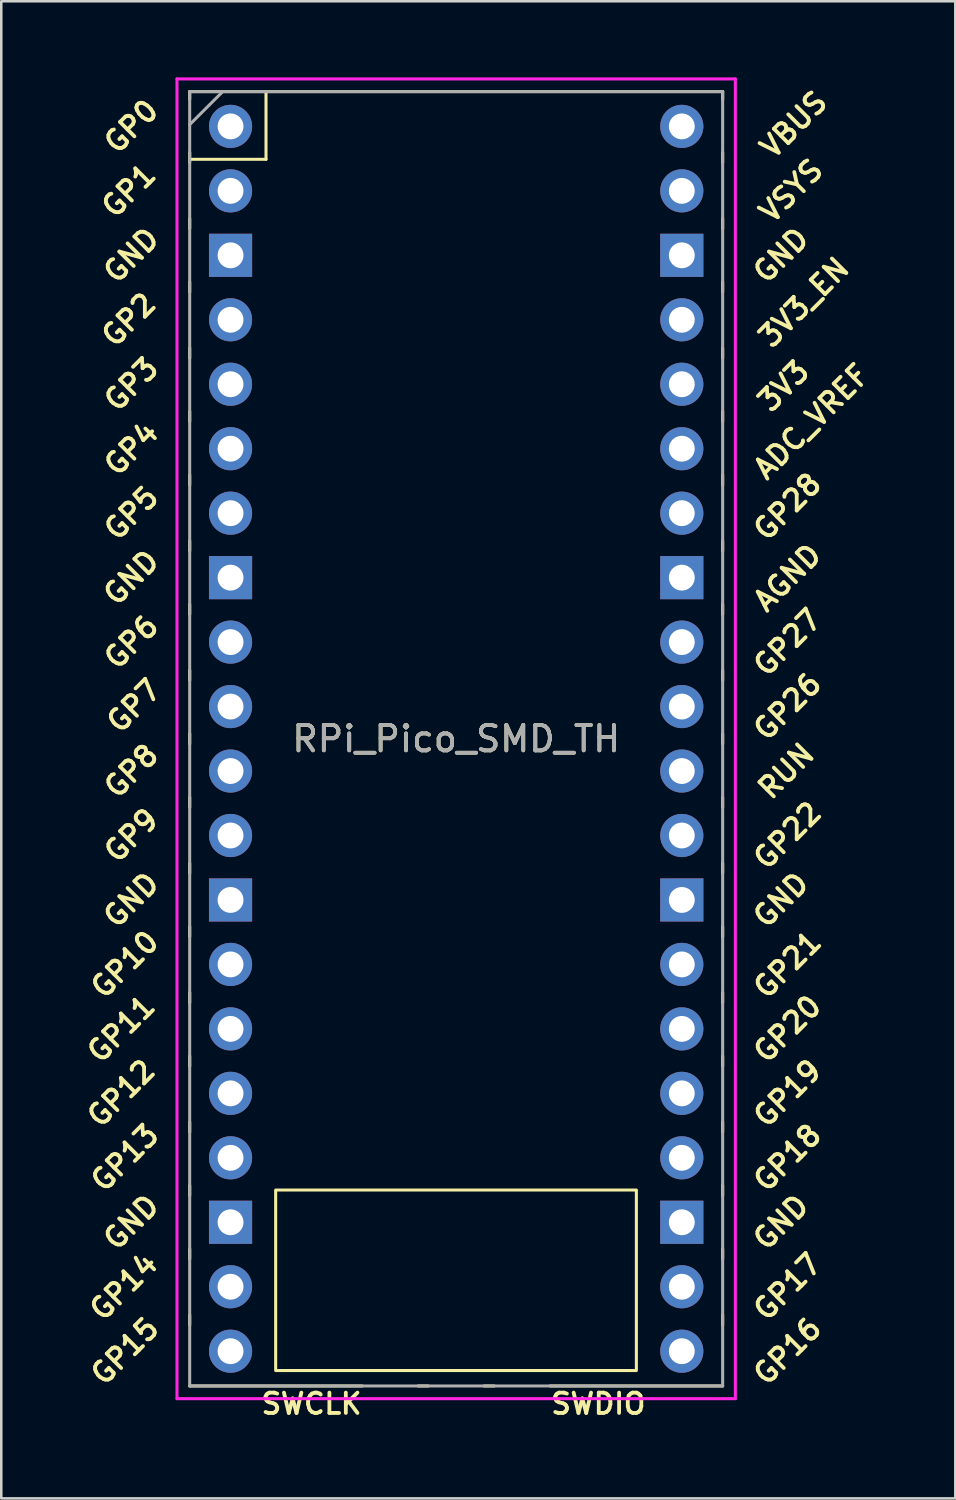
<source format=kicad_pcb>
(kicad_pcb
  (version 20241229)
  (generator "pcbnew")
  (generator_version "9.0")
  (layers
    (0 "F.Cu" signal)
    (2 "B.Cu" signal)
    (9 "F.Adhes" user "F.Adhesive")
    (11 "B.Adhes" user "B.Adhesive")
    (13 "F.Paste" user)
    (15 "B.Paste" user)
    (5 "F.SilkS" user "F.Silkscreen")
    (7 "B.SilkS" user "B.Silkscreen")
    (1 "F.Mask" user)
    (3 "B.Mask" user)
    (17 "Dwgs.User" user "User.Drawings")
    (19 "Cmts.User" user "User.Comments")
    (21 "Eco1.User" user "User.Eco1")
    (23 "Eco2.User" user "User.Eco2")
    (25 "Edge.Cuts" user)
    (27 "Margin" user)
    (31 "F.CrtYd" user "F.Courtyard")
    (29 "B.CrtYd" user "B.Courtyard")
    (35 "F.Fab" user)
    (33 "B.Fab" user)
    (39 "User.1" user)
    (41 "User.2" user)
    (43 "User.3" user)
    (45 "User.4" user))
  (footprint "RPi_Pico_SMD_TH"
    (layer "F.Cu")
    (at 14.924 26.06)
    (property "Reference" "RPi_Pico_SMD_TH" (at 0 0 0) (layer "F.SilkS") (effects (font (size 1 1) (thickness 0.15))))
    (attr through_hole)
    (fp_line (start -10.5 -25.5) (end -10.5 -25.2) (stroke (width 0.12) (type solid)) (layer "F.SilkS"))
    (fp_line (start -10.5 -25.5) (end 10.5 -25.5) (stroke (width 0.12) (type solid)) (layer "F.SilkS"))
    (fp_line (start -10.5 -23.1) (end -10.5 -22.7) (stroke (width 0.12) (type solid)) (layer "F.SilkS"))
    (fp_line (start -10.5 -22.833) (end -7.493 -22.833) (stroke (width 0.12) (type solid)) (layer "F.SilkS"))
    (fp_line (start -10.5 -20.5) (end -10.5 -20.1) (stroke (width 0.12) (type solid)) (layer "F.SilkS"))
    (fp_line (start -10.5 -18) (end -10.5 -17.6) (stroke (width 0.12) (type solid)) (layer "F.SilkS"))
    (fp_line (start -10.5 -15.4) (end -10.5 -15) (stroke (width 0.12) (type solid)) (layer "F.SilkS"))
    (fp_line (start -10.5 -12.9) (end -10.5 -12.5) (stroke (width 0.12) (type solid)) (layer "F.SilkS"))
    (fp_line (start -10.5 -10.4) (end -10.5 -10) (stroke (width 0.12) (type solid)) (layer "F.SilkS"))
    (fp_line (start -10.5 -7.8) (end -10.5 -7.4) (stroke (width 0.12) (type solid)) (layer "F.SilkS"))
    (fp_line (start -10.5 -5.3) (end -10.5 -4.9) (stroke (width 0.12) (type solid)) (layer "F.SilkS"))
    (fp_line (start -10.5 -2.7) (end -10.5 -2.3) (stroke (width 0.12) (type solid)) (layer "F.SilkS"))
    (fp_line (start -10.5 -0.2) (end -10.5 0.2) (stroke (width 0.12) (type solid)) (layer "F.SilkS"))
    (fp_line (start -10.5 2.3) (end -10.5 2.7) (stroke (width 0.12) (type solid)) (layer "F.SilkS"))
    (fp_line (start -10.5 4.9) (end -10.5 5.3) (stroke (width 0.12) (type solid)) (layer "F.SilkS"))
    (fp_line (start -10.5 7.4) (end -10.5 7.8) (stroke (width 0.12) (type solid)) (layer "F.SilkS"))
    (fp_line (start -10.5 10) (end -10.5 10.4) (stroke (width 0.12) (type solid)) (layer "F.SilkS"))
    (fp_line (start -10.5 12.5) (end -10.5 12.9) (stroke (width 0.12) (type solid)) (layer "F.SilkS"))
    (fp_line (start -10.5 15.1) (end -10.5 15.5) (stroke (width 0.12) (type solid)) (layer "F.SilkS"))
    (fp_line (start -10.5 17.6) (end -10.5 18) (stroke (width 0.12) (type solid)) (layer "F.SilkS"))
    (fp_line (start -10.5 20.1) (end -10.5 20.5) (stroke (width 0.12) (type solid)) (layer "F.SilkS"))
    (fp_line (start -10.5 22.7) (end -10.5 23.1) (stroke (width 0.12) (type solid)) (layer "F.SilkS"))
    (fp_line (start -7.493 -22.833) (end -7.493 -25.5) (stroke (width 0.12) (type solid)) (layer "F.SilkS"))
    (fp_line (start -3.7 25.5) (end -10.5 25.5) (stroke (width 0.12) (type solid)) (layer "F.SilkS"))
    (fp_line (start -1.5 25.5) (end -1.1 25.5) (stroke (width 0.12) (type solid)) (layer "F.SilkS"))
    (fp_line (start 1.1 25.5) (end 1.5 25.5) (stroke (width 0.12) (type solid)) (layer "F.SilkS"))
    (fp_line (start 10.5 -25.5) (end 10.5 -25.2) (stroke (width 0.12) (type solid)) (layer "F.SilkS"))
    (fp_line (start 10.5 -23.1) (end 10.5 -22.7) (stroke (width 0.12) (type solid)) (layer "F.SilkS"))
    (fp_line (start 10.5 -20.5) (end 10.5 -20.1) (stroke (width 0.12) (type solid)) (layer "F.SilkS"))
    (fp_line (start 10.5 -18) (end 10.5 -17.6) (stroke (width 0.12) (type solid)) (layer "F.SilkS"))
    (fp_line (start 10.5 -15.4) (end 10.5 -15) (stroke (width 0.12) (type solid)) (layer "F.SilkS"))
    (fp_line (start 10.5 -12.9) (end 10.5 -12.5) (stroke (width 0.12) (type solid)) (layer "F.SilkS"))
    (fp_line (start 10.5 -10.4) (end 10.5 -10) (stroke (width 0.12) (type solid)) (layer "F.SilkS"))
    (fp_line (start 10.5 -7.8) (end 10.5 -7.4) (stroke (width 0.12) (type solid)) (layer "F.SilkS"))
    (fp_line (start 10.5 -5.3) (end 10.5 -4.9) (stroke (width 0.12) (type solid)) (layer "F.SilkS"))
    (fp_line (start 10.5 -2.7) (end 10.5 -2.3) (stroke (width 0.12) (type solid)) (layer "F.SilkS"))
    (fp_line (start 10.5 -0.2) (end 10.5 0.2) (stroke (width 0.12) (type solid)) (layer "F.SilkS"))
    (fp_line (start 10.5 2.3) (end 10.5 2.7) (stroke (width 0.12) (type solid)) (layer "F.SilkS"))
    (fp_line (start 10.5 4.9) (end 10.5 5.3) (stroke (width 0.12) (type solid)) (layer "F.SilkS"))
    (fp_line (start 10.5 7.4) (end 10.5 7.8) (stroke (width 0.12) (type solid)) (layer "F.SilkS"))
    (fp_line (start 10.5 10) (end 10.5 10.4) (stroke (width 0.12) (type solid)) (layer "F.SilkS"))
    (fp_line (start 10.5 12.5) (end 10.5 12.9) (stroke (width 0.12) (type solid)) (layer "F.SilkS"))
    (fp_line (start 10.5 15.1) (end 10.5 15.5) (stroke (width 0.12) (type solid)) (layer "F.SilkS"))
    (fp_line (start 10.5 17.6) (end 10.5 18) (stroke (width 0.12) (type solid)) (layer "F.SilkS"))
    (fp_line (start 10.5 20.1) (end 10.5 20.5) (stroke (width 0.12) (type solid)) (layer "F.SilkS"))
    (fp_line (start 10.5 22.7) (end 10.5 23.1) (stroke (width 0.12) (type solid)) (layer "F.SilkS"))
    (fp_line (start 10.5 25.5) (end 3.7 25.5) (stroke (width 0.12) (type solid)) (layer "F.SilkS"))
    (fp_rect (start -7.112 17.78) (end 7.1 24.892) (stroke (width 0.12) (type solid)) (fill no) (layer "F.SilkS"))
    (fp_line (start -11 -26) (end 11 -26) (stroke (width 0.12) (type solid)) (layer "F.CrtYd"))
    (fp_line (start -11 26) (end -11 -26) (stroke (width 0.12) (type solid)) (layer "F.CrtYd"))
    (fp_line (start 11 -26) (end 11 26) (stroke (width 0.12) (type solid)) (layer "F.CrtYd"))
    (fp_line (start 11 26) (end -11 26) (stroke (width 0.12) (type solid)) (layer "F.CrtYd"))
    (fp_line (start -10.5 -25.5) (end 10.5 -25.5) (stroke (width 0.12) (type solid)) (layer "F.Fab"))
    (fp_line (start -10.5 -24.2) (end -9.2 -25.5) (stroke (width 0.12) (type solid)) (layer "F.Fab"))
    (fp_line (start -10.5 25.5) (end -10.5 -25.5) (stroke (width 0.12) (type solid)) (layer "F.Fab"))
    (fp_line (start 10.5 -25.5) (end 10.5 25.5) (stroke (width 0.12) (type solid)) (layer "F.Fab"))
    (fp_line (start 10.5 25.5) (end -10.5 25.5) (stroke (width 0.12) (type solid)) (layer "F.Fab"))
    (fp_text user "GND" (at 12.8 -19.05 45) (layer "F.SilkS") (effects (font (size 0.8 0.8) (thickness 0.15))))
    (fp_text user "GP17" (at 13.054 21.59 45) (layer "F.SilkS") (effects (font (size 0.8 0.8) (thickness 0.15))))
    (fp_text user "SWDIO" (at 5.6 26.2 0) (layer "F.SilkS") (effects (font (size 0.8 0.8) (thickness 0.15))))
    (fp_text user "GP27" (at 13.054 -3.8 45) (layer "F.SilkS") (effects (font (size 0.8 0.8) (thickness 0.15))))
    (fp_text user "3V3" (at 12.9 -13.9 45) (layer "F.SilkS") (effects (font (size 0.8 0.8) (thickness 0.15))))
    (fp_text user "VBUS" (at 13.3 -24.2 45) (layer "F.SilkS") (effects (font (size 0.8 0.8) (thickness 0.15))))
    (fp_text user "GP22" (at 13.054 3.81 45) (layer "F.SilkS") (effects (font (size 0.8 0.8) (thickness 0.15))))
    (fp_text user "GP0" (at -12.8 -24.13 45) (layer "F.SilkS") (effects (font (size 0.8 0.8) (thickness 0.15))))
    (fp_text user "ADC_VREF" (at 14 -12.5 45) (layer "F.SilkS") (effects (font (size 0.8 0.8) (thickness 0.15))))
    (fp_text user "GP8" (at -12.8 1.27 45) (layer "F.SilkS") (effects (font (size 0.8 0.8) (thickness 0.15))))
    (fp_text user "VSYS" (at 13.2 -21.59 45) (layer "F.SilkS") (effects (font (size 0.8 0.8) (thickness 0.15))))
    (fp_text user "GP1" (at -12.9 -21.6 45) (layer "F.SilkS") (effects (font (size 0.8 0.8) (thickness 0.15))))
    (fp_text user "RUN" (at 13 1.27 45) (layer "F.SilkS") (effects (font (size 0.8 0.8) (thickness 0.15))))
    (fp_text user "GND" (at -12.8 -19.05 45) (layer "F.SilkS") (effects (font (size 0.8 0.8) (thickness 0.15))))
    (fp_text user "AGND" (at 13.054 -6.35 45) (layer "F.SilkS") (effects (font (size 0.8 0.8) (thickness 0.15))))
    (fp_text user "GP28" (at 13.054 -9.144 45) (layer "F.SilkS") (effects (font (size 0.8 0.8) (thickness 0.15))))
    (fp_text user "GP5" (at -12.8 -8.89 45) (layer "F.SilkS") (effects (font (size 0.8 0.8) (thickness 0.15))))
    (fp_text user "GP21" (at 13.054 8.9 45) (layer "F.SilkS") (effects (font (size 0.8 0.8) (thickness 0.15))))
    (fp_text user "GP2" (at -12.9 -16.51 45) (layer "F.SilkS") (effects (font (size 0.8 0.8) (thickness 0.15))))
    (fp_text user "SWCLK" (at -5.7 26.2 0) (layer "F.SilkS") (effects (font (size 0.8 0.8) (thickness 0.15))))
    (fp_text user "GP3" (at -12.8 -13.97 45) (layer "F.SilkS") (effects (font (size 0.8 0.8) (thickness 0.15))))
    (fp_text user "GP7" (at -12.7 -1.3 45) (layer "F.SilkS") (effects (font (size 0.8 0.8) (thickness 0.15))))
    (fp_text user "GP18" (at 13.054 16.51 45) (layer "F.SilkS") (effects (font (size 0.8 0.8) (thickness 0.15))))
    (fp_text user "GP11" (at -13.2 11.43 45) (layer "F.SilkS") (effects (font (size 0.8 0.8) (thickness 0.15))))
    (fp_text user "GP13" (at -13.054 16.51 45) (layer "F.SilkS") (effects (font (size 0.8 0.8) (thickness 0.15))))
    (fp_text user "GND" (at -12.8 -6.35 45) (layer "F.SilkS") (effects (font (size 0.8 0.8) (thickness 0.15))))
    (fp_text user "GP26" (at 13.054 -1.27 45) (layer "F.SilkS") (effects (font (size 0.8 0.8) (thickness 0.15))))
    (fp_text user "GP19" (at 13.054 13.97 45) (layer "F.SilkS") (effects (font (size 0.8 0.8) (thickness 0.15))))
    (fp_text user "GP6" (at -12.8 -3.81 45) (layer "F.SilkS") (effects (font (size 0.8 0.8) (thickness 0.15))))
    (fp_text user "GP9" (at -12.8 3.81 45) (layer "F.SilkS") (effects (font (size 0.8 0.8) (thickness 0.15))))
    (fp_text user "GP4" (at -12.8 -11.43 45) (layer "F.SilkS") (effects (font (size 0.8 0.8) (thickness 0.15))))
    (fp_text user "GP16" (at 13.054 24.13 45) (layer "F.SilkS") (effects (font (size 0.8 0.8) (thickness 0.15))))
    (fp_text user "GND" (at 12.8 6.35 45) (layer "F.SilkS") (effects (font (size 0.8 0.8) (thickness 0.15))))
    (fp_text user "GP10" (at -13.054 8.89 45) (layer "F.SilkS") (effects (font (size 0.8 0.8) (thickness 0.15))))
    (fp_text user "3V3_EN" (at 13.7 -17.2 45) (layer "F.SilkS") (effects (font (size 0.8 0.8) (thickness 0.15))))
    (fp_text user "GP14" (at -13.1 21.59 45) (layer "F.SilkS") (effects (font (size 0.8 0.8) (thickness 0.15))))
    (fp_text user "GP12" (at -13.2 13.97 45) (layer "F.SilkS") (effects (font (size 0.8 0.8) (thickness 0.15))))
    (fp_text user "GP20" (at 13.054 11.43 45) (layer "F.SilkS") (effects (font (size 0.8 0.8) (thickness 0.15))))
    (fp_text user "GP15" (at -13.054 24.13 45) (layer "F.SilkS") (effects (font (size 0.8 0.8) (thickness 0.15))))
    (fp_text user "GND" (at 12.8 19.05 45) (layer "F.SilkS") (effects (font (size 0.8 0.8) (thickness 0.15))))
    (fp_text user "GND" (at -12.8 6.35 45) (layer "F.SilkS") (effects (font (size 0.8 0.8) (thickness 0.15))))
    (fp_text user "GND" (at -12.8 19.05 45) (layer "F.SilkS") (effects (font (size 0.8 0.8) (thickness 0.15))))
    (fp_text user "${REFERENCE}" (at 0 0 180) (layer "F.Fab") (effects (font (size 1 1) (thickness 0.15))))
    (pad "1" thru_hole oval (at -8.89 -24.13) (size 1.7 1.7) (drill 1.02) (layers "*.Cu" "*.Mask"))
    (pad "2" thru_hole oval (at -8.89 -21.59) (size 1.7 1.7) (drill 1.02) (layers "*.Cu" "*.Mask"))
    (pad "3" thru_hole rect (at -8.89 -19.05) (size 1.7 1.7) (drill 1.02) (layers "*.Cu" "*.Mask"))
    (pad "4" thru_hole oval (at -8.89 -16.51) (size 1.7 1.7) (drill 1.02) (layers "*.Cu" "*.Mask"))
    (pad "5" thru_hole oval (at -8.89 -13.97) (size 1.7 1.7) (drill 1.02) (layers "*.Cu" "*.Mask"))
    (pad "6" thru_hole oval (at -8.89 -11.43) (size 1.7 1.7) (drill 1.02) (layers "*.Cu" "*.Mask"))
    (pad "7" thru_hole oval (at -8.89 -8.89) (size 1.7 1.7) (drill 1.02) (layers "*.Cu" "*.Mask"))
    (pad "8" thru_hole rect (at -8.89 -6.35) (size 1.7 1.7) (drill 1.02) (layers "*.Cu" "*.Mask"))
    (pad "9" thru_hole oval (at -8.89 -3.81) (size 1.7 1.7) (drill 1.02) (layers "*.Cu" "*.Mask"))
    (pad "10" thru_hole oval (at -8.89 -1.27) (size 1.7 1.7) (drill 1.02) (layers "*.Cu" "*.Mask"))
    (pad "11" thru_hole oval (at -8.89 1.27) (size 1.7 1.7) (drill 1.02) (layers "*.Cu" "*.Mask"))
    (pad "12" thru_hole oval (at -8.89 3.81) (size 1.7 1.7) (drill 1.02) (layers "*.Cu" "*.Mask"))
    (pad "13" thru_hole rect (at -8.89 6.35) (size 1.7 1.7) (drill 1.02) (layers "*.Cu" "*.Mask"))
    (pad "14" thru_hole oval (at -8.89 8.89) (size 1.7 1.7) (drill 1.02) (layers "*.Cu" "*.Mask"))
    (pad "15" thru_hole oval (at -8.89 11.43) (size 1.7 1.7) (drill 1.02) (layers "*.Cu" "*.Mask"))
    (pad "16" thru_hole oval (at -8.89 13.97) (size 1.7 1.7) (drill 1.02) (layers "*.Cu" "*.Mask"))
    (pad "17" thru_hole oval (at -8.89 16.51) (size 1.7 1.7) (drill 1.02) (layers "*.Cu" "*.Mask"))
    (pad "18" thru_hole rect (at -8.89 19.05) (size 1.7 1.7) (drill 1.02) (layers "*.Cu" "*.Mask"))
    (pad "19" thru_hole oval (at -8.89 21.59) (size 1.7 1.7) (drill 1.02) (layers "*.Cu" "*.Mask"))
    (pad "20" thru_hole oval (at -8.89 24.13) (size 1.7 1.7) (drill 1.02) (layers "*.Cu" "*.Mask"))
    (pad "21" thru_hole oval (at 8.89 24.13) (size 1.7 1.7) (drill 1.02) (layers "*.Cu" "*.Mask"))
    (pad "22" thru_hole oval (at 8.89 21.59) (size 1.7 1.7) (drill 1.02) (layers "*.Cu" "*.Mask"))
    (pad "23" thru_hole rect (at 8.89 19.05) (size 1.7 1.7) (drill 1.02) (layers "*.Cu" "*.Mask"))
    (pad "24" thru_hole oval (at 8.89 16.51) (size 1.7 1.7) (drill 1.02) (layers "*.Cu" "*.Mask"))
    (pad "25" thru_hole oval (at 8.89 13.97) (size 1.7 1.7) (drill 1.02) (layers "*.Cu" "*.Mask"))
    (pad "26" thru_hole oval (at 8.89 11.43) (size 1.7 1.7) (drill 1.02) (layers "*.Cu" "*.Mask"))
    (pad "27" thru_hole oval (at 8.89 8.89) (size 1.7 1.7) (drill 1.02) (layers "*.Cu" "*.Mask"))
    (pad "28" thru_hole rect (at 8.89 6.35) (size 1.7 1.7) (drill 1.02) (layers "*.Cu" "*.Mask"))
    (pad "29" thru_hole oval (at 8.89 3.81) (size 1.7 1.7) (drill 1.02) (layers "*.Cu" "*.Mask"))
    (pad "30" thru_hole oval (at 8.89 1.27) (size 1.7 1.7) (drill 1.02) (layers "*.Cu" "*.Mask"))
    (pad "31" thru_hole oval (at 8.89 -1.27) (size 1.7 1.7) (drill 1.02) (layers "*.Cu" "*.Mask"))
    (pad "32" thru_hole oval (at 8.89 -3.81) (size 1.7 1.7) (drill 1.02) (layers "*.Cu" "*.Mask"))
    (pad "33" thru_hole rect (at 8.89 -6.35) (size 1.7 1.7) (drill 1.02) (layers "*.Cu" "*.Mask"))
    (pad "34" thru_hole oval (at 8.89 -8.89) (size 1.7 1.7) (drill 1.02) (layers "*.Cu" "*.Mask"))
    (pad "35" thru_hole oval (at 8.89 -11.43) (size 1.7 1.7) (drill 1.02) (layers "*.Cu" "*.Mask"))
    (pad "36" thru_hole oval (at 8.89 -13.97) (size 1.7 1.7) (drill 1.02) (layers "*.Cu" "*.Mask"))
    (pad "37" thru_hole oval (at 8.89 -16.51) (size 1.7 1.7) (drill 1.02) (layers "*.Cu" "*.Mask"))
    (pad "38" thru_hole rect (at 8.89 -19.05) (size 1.7 1.7) (drill 1.02) (layers "*.Cu" "*.Mask"))
    (pad "39" thru_hole oval (at 8.89 -21.59) (size 1.7 1.7) (drill 1.02) (layers "*.Cu" "*.Mask"))
    (pad "40" thru_hole oval (at 8.89 -24.13) (size 1.7 1.7) (drill 1.02) (layers "*.Cu" "*.Mask")))
  (gr_rect
    (start -3 -3)
    (end 34.591 55.991)
    (stroke (width 0.1) (type default))
    (fill no)
    (layer "Edge.Cuts")))
</source>
